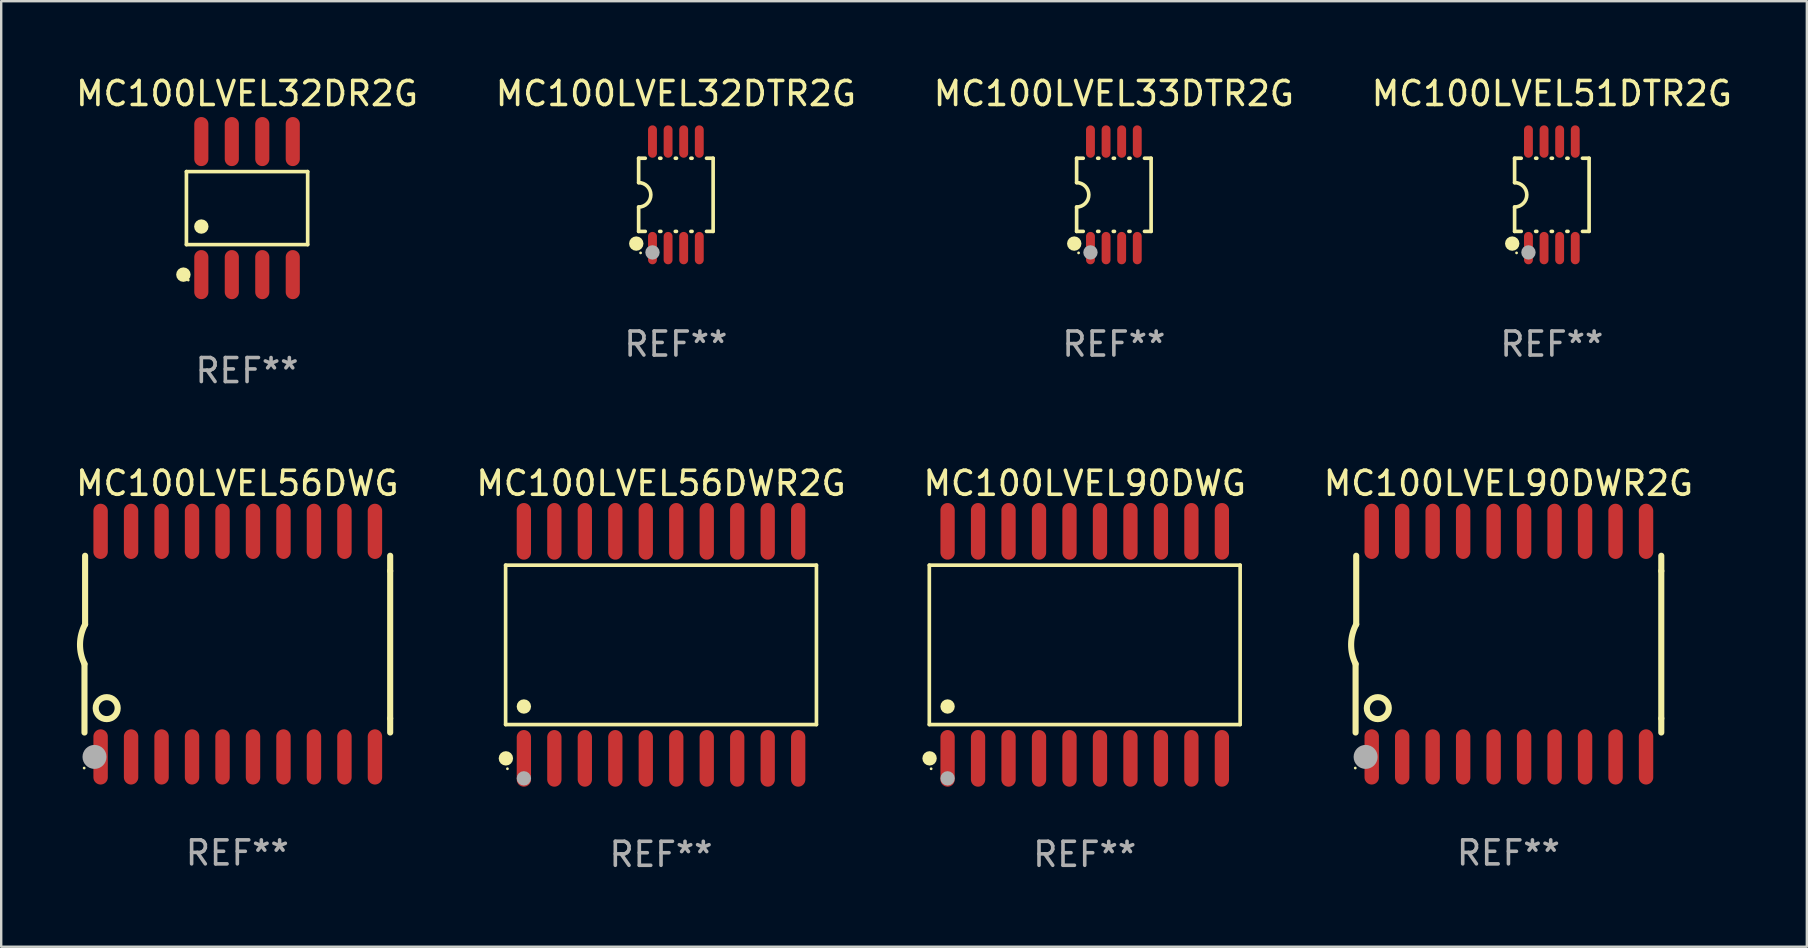
<source format=kicad_pcb>
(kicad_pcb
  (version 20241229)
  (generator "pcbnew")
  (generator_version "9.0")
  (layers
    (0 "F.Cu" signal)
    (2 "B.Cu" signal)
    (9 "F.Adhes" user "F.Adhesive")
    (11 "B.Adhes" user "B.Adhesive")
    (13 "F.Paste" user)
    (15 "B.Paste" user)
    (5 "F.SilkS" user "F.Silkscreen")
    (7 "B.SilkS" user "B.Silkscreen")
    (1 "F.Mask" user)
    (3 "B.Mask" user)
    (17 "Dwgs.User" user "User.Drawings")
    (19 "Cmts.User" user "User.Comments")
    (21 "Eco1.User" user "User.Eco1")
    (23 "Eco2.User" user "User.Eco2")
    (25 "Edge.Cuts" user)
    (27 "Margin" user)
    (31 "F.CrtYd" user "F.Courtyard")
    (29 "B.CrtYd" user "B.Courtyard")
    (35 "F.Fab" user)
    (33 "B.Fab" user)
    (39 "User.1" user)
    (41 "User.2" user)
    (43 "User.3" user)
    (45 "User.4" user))
  (footprint "MC100LVEL32DTR2G"
    (layer "F.Cu")
    (at 25.113 5.068)
    (property "Reference" "MC100LVEL32DTR2G" (at 0 -4.22 0) (layer "F.SilkS") (effects (font (size 1 1) (thickness 0.15))))
    (attr through_hole)
    (fp_line (start -1.552 -1.524) (end -1.276 -1.524) (stroke (width 0.152) (type solid)) (layer "F.SilkS"))
    (fp_line (start -1.552 -0.508) (end -1.552 -1.524) (stroke (width 0.152) (type solid)) (layer "F.SilkS"))
    (fp_line (start -1.552 1.524) (end -1.552 0.508) (stroke (width 0.152) (type solid)) (layer "F.SilkS"))
    (fp_line (start -1.552 1.524) (end -1.276 1.524) (stroke (width 0.152) (type solid)) (layer "F.SilkS"))
    (fp_line (start -0.674 -1.524) (end -0.626 -1.524) (stroke (width 0.152) (type solid)) (layer "F.SilkS"))
    (fp_line (start -0.674 1.524) (end -0.626 1.524) (stroke (width 0.152) (type solid)) (layer "F.SilkS"))
    (fp_line (start -0.024 -1.524) (end 0.024 -1.524) (stroke (width 0.152) (type solid)) (layer "F.SilkS"))
    (fp_line (start -0.024 1.524) (end 0.024 1.524) (stroke (width 0.152) (type solid)) (layer "F.SilkS"))
    (fp_line (start 0.626 -1.524) (end 0.674 -1.524) (stroke (width 0.152) (type solid)) (layer "F.SilkS"))
    (fp_line (start 0.626 1.524) (end 0.674 1.524) (stroke (width 0.152) (type solid)) (layer "F.SilkS"))
    (fp_line (start 1.276 1.524) (end 1.552 1.524) (stroke (width 0.152) (type solid)) (layer "F.SilkS"))
    (fp_line (start 1.276 -1.524) (end 1.552 -1.524) (stroke (width 0.152) (type solid)) (layer "F.SilkS"))
    (fp_line (start 1.552 -1.524) (end 1.552 1.524) (stroke (width 0.152) (type solid)) (layer "F.SilkS"))
    (fp_arc (start -1.551943 -0.508001) (mid -1.043942 0) (end -1.551943 0.508001) (stroke (width 0.151994) (type solid)) (layer "F.SilkS"))
    (fp_circle (center -1.651 2.032) (end -1.501 2.032) (stroke (width 0.3) (type solid)) (fill no) (layer "F.SilkS"))
    (fp_circle (center -1.47 2.42) (end -1.44 2.42) (stroke (width 0.06) (type solid)) (fill no) (layer "F.SilkS"))
    (fp_circle (center -0.975 2.4) (end -0.825 2.4) (stroke (width 0.3) (type solid)) (fill no) (layer "F.Fab"))
    (fp_text user "REF**" (at 0 6.22 0) (layer "F.Fab") (effects (font (size 1 1) (thickness 0.15))))
    (pad "1" smd oval (at -0.975 2.22) (size 0.37 1.35) (layers "F.Cu" "F.Mask" "F.Paste"))
    (pad "2" smd oval (at -0.325 2.22) (size 0.37 1.35) (layers "F.Cu" "F.Mask" "F.Paste"))
    (pad "3" smd oval (at 0.325 2.22) (size 0.37 1.35) (layers "F.Cu" "F.Mask" "F.Paste"))
    (pad "4" smd oval (at 0.975 2.22) (size 0.37 1.35) (layers "F.Cu" "F.Mask" "F.Paste"))
    (pad "5" smd oval (at 0.975 -2.22) (size 0.37 1.35) (layers "F.Cu" "F.Mask" "F.Paste"))
    (pad "6" smd oval (at 0.325 -2.22) (size 0.37 1.35) (layers "F.Cu" "F.Mask" "F.Paste"))
    (pad "7" smd oval (at -0.325 -2.22) (size 0.37 1.35) (layers "F.Cu" "F.Mask" "F.Paste"))
    (pad "8" smd oval (at -0.975 -2.22) (size 0.37 1.35) (layers "F.Cu" "F.Mask" "F.Paste")))
  (footprint "MC100LVEL33DTR2G"
    (layer "F.Cu")
    (at 43.363 5.068)
    (property "Reference" "MC100LVEL33DTR2G" (at 0 -4.22 0) (layer "F.SilkS") (effects (font (size 1 1) (thickness 0.15))))
    (attr through_hole)
    (fp_line (start -1.552 -1.524) (end -1.276 -1.524) (stroke (width 0.152) (type solid)) (layer "F.SilkS"))
    (fp_line (start -1.552 -0.508) (end -1.552 -1.524) (stroke (width 0.152) (type solid)) (layer "F.SilkS"))
    (fp_line (start -1.552 1.524) (end -1.552 0.508) (stroke (width 0.152) (type solid)) (layer "F.SilkS"))
    (fp_line (start -1.552 1.524) (end -1.276 1.524) (stroke (width 0.152) (type solid)) (layer "F.SilkS"))
    (fp_line (start -0.674 -1.524) (end -0.626 -1.524) (stroke (width 0.152) (type solid)) (layer "F.SilkS"))
    (fp_line (start -0.674 1.524) (end -0.626 1.524) (stroke (width 0.152) (type solid)) (layer "F.SilkS"))
    (fp_line (start -0.024 -1.524) (end 0.024 -1.524) (stroke (width 0.152) (type solid)) (layer "F.SilkS"))
    (fp_line (start -0.024 1.524) (end 0.024 1.524) (stroke (width 0.152) (type solid)) (layer "F.SilkS"))
    (fp_line (start 0.626 -1.524) (end 0.674 -1.524) (stroke (width 0.152) (type solid)) (layer "F.SilkS"))
    (fp_line (start 0.626 1.524) (end 0.674 1.524) (stroke (width 0.152) (type solid)) (layer "F.SilkS"))
    (fp_line (start 1.276 1.524) (end 1.552 1.524) (stroke (width 0.152) (type solid)) (layer "F.SilkS"))
    (fp_line (start 1.276 -1.524) (end 1.552 -1.524) (stroke (width 0.152) (type solid)) (layer "F.SilkS"))
    (fp_line (start 1.552 -1.524) (end 1.552 1.524) (stroke (width 0.152) (type solid)) (layer "F.SilkS"))
    (fp_arc (start -1.551943 -0.508001) (mid -1.043942 0) (end -1.551943 0.508001) (stroke (width 0.151994) (type solid)) (layer "F.SilkS"))
    (fp_circle (center -1.651 2.032) (end -1.501 2.032) (stroke (width 0.3) (type solid)) (fill no) (layer "F.SilkS"))
    (fp_circle (center -1.47 2.42) (end -1.44 2.42) (stroke (width 0.06) (type solid)) (fill no) (layer "F.SilkS"))
    (fp_circle (center -0.975 2.4) (end -0.825 2.4) (stroke (width 0.3) (type solid)) (fill no) (layer "F.Fab"))
    (fp_text user "REF**" (at 0 6.22 0) (layer "F.Fab") (effects (font (size 1 1) (thickness 0.15))))
    (pad "1" smd oval (at -0.975 2.22) (size 0.37 1.35) (layers "F.Cu" "F.Mask" "F.Paste"))
    (pad "2" smd oval (at -0.325 2.22) (size 0.37 1.35) (layers "F.Cu" "F.Mask" "F.Paste"))
    (pad "3" smd oval (at 0.325 2.22) (size 0.37 1.35) (layers "F.Cu" "F.Mask" "F.Paste"))
    (pad "4" smd oval (at 0.975 2.22) (size 0.37 1.35) (layers "F.Cu" "F.Mask" "F.Paste"))
    (pad "5" smd oval (at 0.975 -2.22) (size 0.37 1.35) (layers "F.Cu" "F.Mask" "F.Paste"))
    (pad "6" smd oval (at 0.325 -2.22) (size 0.37 1.35) (layers "F.Cu" "F.Mask" "F.Paste"))
    (pad "7" smd oval (at -0.325 -2.22) (size 0.37 1.35) (layers "F.Cu" "F.Mask" "F.Paste"))
    (pad "8" smd oval (at -0.975 -2.22) (size 0.37 1.35) (layers "F.Cu" "F.Mask" "F.Paste")))
  (footprint "MC100LVEL32DR2G"
    (layer "F.Cu")
    (at 7.244 5.621)
    (property "Reference" "MC100LVEL32DR2G" (at 0 -4.772 0) (layer "F.SilkS") (effects (font (size 1 1) (thickness 0.15))))
    (attr through_hole)
    (fp_line (start -2.526 -1.521) (end 2.526 -1.521) (stroke (width 0.152) (type solid)) (layer "F.SilkS"))
    (fp_line (start -2.526 1.521) (end -2.526 -1.521) (stroke (width 0.152) (type solid)) (layer "F.SilkS"))
    (fp_line (start 2.526 -1.521) (end 2.526 1.521) (stroke (width 0.152) (type solid)) (layer "F.SilkS"))
    (fp_line (start 2.526 1.521) (end -2.526 1.521) (stroke (width 0.152) (type solid)) (layer "F.SilkS"))
    (fp_circle (center -2.652 2.772) (end -2.501 2.772) (stroke (width 0.3) (type solid)) (fill no) (layer "F.SilkS"))
    (fp_circle (center -2.45 3) (end -2.42 3) (stroke (width 0.06) (type solid)) (fill no) (layer "F.SilkS"))
    (fp_circle (center -1.905 0.769) (end -1.755 0.769) (stroke (width 0.3) (type solid)) (fill no) (layer "F.SilkS"))
    (fp_text user "REF**" (at 0 6.772 0) (layer "F.Fab") (effects (font (size 1 1) (thickness 0.15))))
    (pad "1" smd oval (at -1.905 2.772) (size 0.588 2.045) (layers "F.Cu" "F.Mask" "F.Paste"))
    (pad "2" smd oval (at -0.635 2.772) (size 0.588 2.045) (layers "F.Cu" "F.Mask" "F.Paste"))
    (pad "3" smd oval (at 0.635 2.772) (size 0.588 2.045) (layers "F.Cu" "F.Mask" "F.Paste"))
    (pad "4" smd oval (at 1.905 2.772) (size 0.588 2.045) (layers "F.Cu" "F.Mask" "F.Paste"))
    (pad "5" smd oval (at 1.905 -2.772) (size 0.588 2.045) (layers "F.Cu" "F.Mask" "F.Paste"))
    (pad "6" smd oval (at 0.635 -2.772) (size 0.588 2.045) (layers "F.Cu" "F.Mask" "F.Paste"))
    (pad "7" smd oval (at -0.635 -2.772) (size 0.588 2.045) (layers "F.Cu" "F.Mask" "F.Paste"))
    (pad "8" smd oval (at -1.905 -2.772) (size 0.588 2.045) (layers "F.Cu" "F.Mask" "F.Paste")))
  (footprint "MC100LVEL56DWG"
    (layer "F.Cu")
    (at 6.839 23.79)
    (property "Reference" "MC100LVEL56DWG" (at 0 -6.7 0) (layer "F.SilkS") (effects (font (size 1 1) (thickness 0.15))))
    (attr through_hole)
    (fp_line (start -6.369 0.826) (end -6.369 3.683) (stroke (width 0.254) (type solid)) (layer "F.SilkS"))
    (fp_line (start -6.343 -0.825) (end -6.343 -3.683) (stroke (width 0.254) (type solid)) (layer "F.SilkS"))
    (fp_line (start 6.369 -3.048) (end 6.369 -3.683) (stroke (width 0.254) (type solid)) (layer "F.SilkS"))
    (fp_line (start 6.369 -3.048) (end 6.369 3.096) (stroke (width 0.254) (type solid)) (layer "F.SilkS"))
    (fp_line (start 6.369 3.096) (end 6.369 3.683) (stroke (width 0.254) (type solid)) (layer "F.SilkS"))
    (fp_arc (start -6.36853 0.825552) (mid -6.554743 -0.00301) (end -6.343129 -0.825451) (stroke (width 0.254001) (type solid)) (layer "F.SilkS"))
    (fp_circle (center -6.382 5.163) (end -6.352 5.163) (stroke (width 0.06) (type solid)) (fill no) (layer "F.SilkS"))
    (fp_circle (center -5.443 2.667) (end -4.985 2.667) (stroke (width 0.254) (type solid)) (fill no) (layer "F.SilkS"))
    (fp_circle (center -5.951 4.699) (end -5.701 4.699) (stroke (width 0.5) (type solid)) (fill no) (layer "F.Fab"))
    (fp_text user "REF**" (at 0 8.7 0) (layer "F.Fab") (effects (font (size 1 1) (thickness 0.15))))
    (pad "1" smd oval (at -5.697 4.7 180) (size 0.6 2.3) (layers "F.Cu" "F.Mask" "F.Paste"))
    (pad "2" smd oval (at -4.427 4.7 180) (size 0.6 2.3) (layers "F.Cu" "F.Mask" "F.Paste"))
    (pad "3" smd oval (at -3.157 4.7 180) (size 0.6 2.3) (layers "F.Cu" "F.Mask" "F.Paste"))
    (pad "4" smd oval (at -1.887 4.7 180) (size 0.6 2.3) (layers "F.Cu" "F.Mask" "F.Paste"))
    (pad "5" smd oval (at -0.617 4.7 180) (size 0.6 2.3) (layers "F.Cu" "F.Mask" "F.Paste"))
    (pad "6" smd oval (at 0.653 4.7 180) (size 0.6 2.3) (layers "F.Cu" "F.Mask" "F.Paste"))
    (pad "7" smd oval (at 1.923 4.7 180) (size 0.6 2.3) (layers "F.Cu" "F.Mask" "F.Paste"))
    (pad "8" smd oval (at 3.193 4.7 180) (size 0.6 2.3) (layers "F.Cu" "F.Mask" "F.Paste"))
    (pad "9" smd oval (at 4.463 4.7 180) (size 0.6 2.3) (layers "F.Cu" "F.Mask" "F.Paste"))
    (pad "10" smd oval (at 5.734 4.7 180) (size 0.6 2.3) (layers "F.Cu" "F.Mask" "F.Paste"))
    (pad "11" smd oval (at 5.734 -4.7 180) (size 0.6 2.3) (layers "F.Cu" "F.Mask" "F.Paste"))
    (pad "12" smd oval (at 4.463 -4.7 180) (size 0.6 2.3) (layers "F.Cu" "F.Mask" "F.Paste"))
    (pad "13" smd oval (at 3.193 -4.7 180) (size 0.6 2.3) (layers "F.Cu" "F.Mask" "F.Paste"))
    (pad "14" smd oval (at 1.923 -4.7 180) (size 0.6 2.3) (layers "F.Cu" "F.Mask" "F.Paste"))
    (pad "15" smd oval (at 0.653 -4.7 180) (size 0.6 2.3) (layers "F.Cu" "F.Mask" "F.Paste"))
    (pad "16" smd oval (at -0.617 -4.7 180) (size 0.6 2.3) (layers "F.Cu" "F.Mask" "F.Paste"))
    (pad "17" smd oval (at -1.887 -4.7 180) (size 0.6 2.3) (layers "F.Cu" "F.Mask" "F.Paste"))
    (pad "18" smd oval (at -3.157 -4.7 180) (size 0.6 2.3) (layers "F.Cu" "F.Mask" "F.Paste"))
    (pad "19" smd oval (at -4.427 -4.7 180) (size 0.6 2.3) (layers "F.Cu" "F.Mask" "F.Paste"))
    (pad "20" smd oval (at -5.697 -4.7 180) (size 0.6 2.3) (layers "F.Cu" "F.Mask" "F.Paste")))
  (footprint "MC100LVEL56DWR2G"
    (layer "F.Cu")
    (at 24.494 23.82)
    (property "Reference" "MC100LVEL56DWR2G" (at 0 -6.73 0) (layer "F.SilkS") (effects (font (size 1 1) (thickness 0.15))))
    (attr through_hole)
    (fp_line (start -6.476 -3.321) (end 6.476 -3.321) (stroke (width 0.152) (type solid)) (layer "F.SilkS"))
    (fp_line (start -6.476 3.321) (end -6.476 -3.321) (stroke (width 0.152) (type solid)) (layer "F.SilkS"))
    (fp_line (start 6.476 -3.321) (end 6.476 3.321) (stroke (width 0.152) (type solid)) (layer "F.SilkS"))
    (fp_line (start 6.476 3.321) (end -6.476 3.321) (stroke (width 0.152) (type solid)) (layer "F.SilkS"))
    (fp_circle (center -6.465 4.73) (end -6.315 4.73) (stroke (width 0.3) (type solid)) (fill no) (layer "F.SilkS"))
    (fp_circle (center -6.4 5.163) (end -6.37 5.163) (stroke (width 0.06) (type solid)) (fill no) (layer "F.SilkS"))
    (fp_circle (center -5.715 2.569) (end -5.565 2.569) (stroke (width 0.3) (type solid)) (fill no) (layer "F.SilkS"))
    (fp_circle (center -5.715 5.563) (end -5.565 5.563) (stroke (width 0.3) (type solid)) (fill no) (layer "F.Fab"))
    (fp_text user "REF**" (at 0 8.73 0) (layer "F.Fab") (effects (font (size 1 1) (thickness 0.15))))
    (pad "1" smd oval (at -5.715 4.73) (size 0.595 2.36) (layers "F.Cu" "F.Mask" "F.Paste"))
    (pad "2" smd oval (at -4.445 4.73) (size 0.595 2.36) (layers "F.Cu" "F.Mask" "F.Paste"))
    (pad "3" smd oval (at -3.175 4.73) (size 0.595 2.36) (layers "F.Cu" "F.Mask" "F.Paste"))
    (pad "4" smd oval (at -1.905 4.73) (size 0.595 2.36) (layers "F.Cu" "F.Mask" "F.Paste"))
    (pad "5" smd oval (at -0.635 4.73) (size 0.595 2.36) (layers "F.Cu" "F.Mask" "F.Paste"))
    (pad "6" smd oval (at 0.635 4.73) (size 0.595 2.36) (layers "F.Cu" "F.Mask" "F.Paste"))
    (pad "7" smd oval (at 1.905 4.73) (size 0.595 2.36) (layers "F.Cu" "F.Mask" "F.Paste"))
    (pad "8" smd oval (at 3.175 4.73) (size 0.595 2.36) (layers "F.Cu" "F.Mask" "F.Paste"))
    (pad "9" smd oval (at 4.445 4.73) (size 0.595 2.36) (layers "F.Cu" "F.Mask" "F.Paste"))
    (pad "10" smd oval (at 5.715 4.73) (size 0.595 2.36) (layers "F.Cu" "F.Mask" "F.Paste"))
    (pad "11" smd oval (at 5.715 -4.73) (size 0.595 2.36) (layers "F.Cu" "F.Mask" "F.Paste"))
    (pad "12" smd oval (at 4.445 -4.73) (size 0.595 2.36) (layers "F.Cu" "F.Mask" "F.Paste"))
    (pad "13" smd oval (at 3.175 -4.73) (size 0.595 2.36) (layers "F.Cu" "F.Mask" "F.Paste"))
    (pad "14" smd oval (at 1.905 -4.73) (size 0.595 2.36) (layers "F.Cu" "F.Mask" "F.Paste"))
    (pad "15" smd oval (at 0.635 -4.73) (size 0.595 2.36) (layers "F.Cu" "F.Mask" "F.Paste"))
    (pad "16" smd oval (at -0.635 -4.73) (size 0.595 2.36) (layers "F.Cu" "F.Mask" "F.Paste"))
    (pad "17" smd oval (at -1.905 -4.73) (size 0.595 2.36) (layers "F.Cu" "F.Mask" "F.Paste"))
    (pad "18" smd oval (at -3.175 -4.73) (size 0.595 2.36) (layers "F.Cu" "F.Mask" "F.Paste"))
    (pad "19" smd oval (at -4.445 -4.73) (size 0.595 2.36) (layers "F.Cu" "F.Mask" "F.Paste"))
    (pad "20" smd oval (at -5.715 -4.73) (size 0.595 2.36) (layers "F.Cu" "F.Mask" "F.Paste")))
  (footprint "MC100LVEL90DWR2G"
    (layer "F.Cu")
    (at 59.804 23.79)
    (property "Reference" "MC100LVEL90DWR2G" (at 0 -6.7 0) (layer "F.SilkS") (effects (font (size 1 1) (thickness 0.15))))
    (attr through_hole)
    (fp_line (start -6.369 0.826) (end -6.369 3.683) (stroke (width 0.254) (type solid)) (layer "F.SilkS"))
    (fp_line (start -6.343 -0.825) (end -6.343 -3.683) (stroke (width 0.254) (type solid)) (layer "F.SilkS"))
    (fp_line (start 6.369 -3.048) (end 6.369 -3.683) (stroke (width 0.254) (type solid)) (layer "F.SilkS"))
    (fp_line (start 6.369 -3.048) (end 6.369 3.096) (stroke (width 0.254) (type solid)) (layer "F.SilkS"))
    (fp_line (start 6.369 3.096) (end 6.369 3.683) (stroke (width 0.254) (type solid)) (layer "F.SilkS"))
    (fp_arc (start -6.36853 0.825552) (mid -6.554743 -0.00301) (end -6.343129 -0.825451) (stroke (width 0.254001) (type solid)) (layer "F.SilkS"))
    (fp_circle (center -6.382 5.163) (end -6.352 5.163) (stroke (width 0.06) (type solid)) (fill no) (layer "F.SilkS"))
    (fp_circle (center -5.443 2.667) (end -4.985 2.667) (stroke (width 0.254) (type solid)) (fill no) (layer "F.SilkS"))
    (fp_circle (center -5.951 4.699) (end -5.701 4.699) (stroke (width 0.5) (type solid)) (fill no) (layer "F.Fab"))
    (fp_text user "REF**" (at 0 8.7 0) (layer "F.Fab") (effects (font (size 1 1) (thickness 0.15))))
    (pad "1" smd oval (at -5.697 4.7 180) (size 0.6 2.3) (layers "F.Cu" "F.Mask" "F.Paste"))
    (pad "2" smd oval (at -4.427 4.7 180) (size 0.6 2.3) (layers "F.Cu" "F.Mask" "F.Paste"))
    (pad "3" smd oval (at -3.157 4.7 180) (size 0.6 2.3) (layers "F.Cu" "F.Mask" "F.Paste"))
    (pad "4" smd oval (at -1.887 4.7 180) (size 0.6 2.3) (layers "F.Cu" "F.Mask" "F.Paste"))
    (pad "5" smd oval (at -0.617 4.7 180) (size 0.6 2.3) (layers "F.Cu" "F.Mask" "F.Paste"))
    (pad "6" smd oval (at 0.653 4.7 180) (size 0.6 2.3) (layers "F.Cu" "F.Mask" "F.Paste"))
    (pad "7" smd oval (at 1.923 4.7 180) (size 0.6 2.3) (layers "F.Cu" "F.Mask" "F.Paste"))
    (pad "8" smd oval (at 3.193 4.7 180) (size 0.6 2.3) (layers "F.Cu" "F.Mask" "F.Paste"))
    (pad "9" smd oval (at 4.463 4.7 180) (size 0.6 2.3) (layers "F.Cu" "F.Mask" "F.Paste"))
    (pad "10" smd oval (at 5.734 4.7 180) (size 0.6 2.3) (layers "F.Cu" "F.Mask" "F.Paste"))
    (pad "11" smd oval (at 5.734 -4.7 180) (size 0.6 2.3) (layers "F.Cu" "F.Mask" "F.Paste"))
    (pad "12" smd oval (at 4.463 -4.7 180) (size 0.6 2.3) (layers "F.Cu" "F.Mask" "F.Paste"))
    (pad "13" smd oval (at 3.193 -4.7 180) (size 0.6 2.3) (layers "F.Cu" "F.Mask" "F.Paste"))
    (pad "14" smd oval (at 1.923 -4.7 180) (size 0.6 2.3) (layers "F.Cu" "F.Mask" "F.Paste"))
    (pad "15" smd oval (at 0.653 -4.7 180) (size 0.6 2.3) (layers "F.Cu" "F.Mask" "F.Paste"))
    (pad "16" smd oval (at -0.617 -4.7 180) (size 0.6 2.3) (layers "F.Cu" "F.Mask" "F.Paste"))
    (pad "17" smd oval (at -1.887 -4.7 180) (size 0.6 2.3) (layers "F.Cu" "F.Mask" "F.Paste"))
    (pad "18" smd oval (at -3.157 -4.7 180) (size 0.6 2.3) (layers "F.Cu" "F.Mask" "F.Paste"))
    (pad "19" smd oval (at -4.427 -4.7 180) (size 0.6 2.3) (layers "F.Cu" "F.Mask" "F.Paste"))
    (pad "20" smd oval (at -5.697 -4.7 180) (size 0.6 2.3) (layers "F.Cu" "F.Mask" "F.Paste")))
  (footprint "MC100LVEL51DTR2G"
    (layer "F.Cu")
    (at 61.613 5.068)
    (property "Reference" "MC100LVEL51DTR2G" (at 0 -4.22 0) (layer "F.SilkS") (effects (font (size 1 1) (thickness 0.15))))
    (attr through_hole)
    (fp_line (start -1.552 -1.524) (end -1.276 -1.524) (stroke (width 0.152) (type solid)) (layer "F.SilkS"))
    (fp_line (start -1.552 -0.508) (end -1.552 -1.524) (stroke (width 0.152) (type solid)) (layer "F.SilkS"))
    (fp_line (start -1.552 1.524) (end -1.552 0.508) (stroke (width 0.152) (type solid)) (layer "F.SilkS"))
    (fp_line (start -1.552 1.524) (end -1.276 1.524) (stroke (width 0.152) (type solid)) (layer "F.SilkS"))
    (fp_line (start -0.674 -1.524) (end -0.626 -1.524) (stroke (width 0.152) (type solid)) (layer "F.SilkS"))
    (fp_line (start -0.674 1.524) (end -0.626 1.524) (stroke (width 0.152) (type solid)) (layer "F.SilkS"))
    (fp_line (start -0.024 -1.524) (end 0.024 -1.524) (stroke (width 0.152) (type solid)) (layer "F.SilkS"))
    (fp_line (start -0.024 1.524) (end 0.024 1.524) (stroke (width 0.152) (type solid)) (layer "F.SilkS"))
    (fp_line (start 0.626 -1.524) (end 0.674 -1.524) (stroke (width 0.152) (type solid)) (layer "F.SilkS"))
    (fp_line (start 0.626 1.524) (end 0.674 1.524) (stroke (width 0.152) (type solid)) (layer "F.SilkS"))
    (fp_line (start 1.276 1.524) (end 1.552 1.524) (stroke (width 0.152) (type solid)) (layer "F.SilkS"))
    (fp_line (start 1.276 -1.524) (end 1.552 -1.524) (stroke (width 0.152) (type solid)) (layer "F.SilkS"))
    (fp_line (start 1.552 -1.524) (end 1.552 1.524) (stroke (width 0.152) (type solid)) (layer "F.SilkS"))
    (fp_arc (start -1.551943 -0.508001) (mid -1.043942 0) (end -1.551943 0.508001) (stroke (width 0.151994) (type solid)) (layer "F.SilkS"))
    (fp_circle (center -1.651 2.032) (end -1.501 2.032) (stroke (width 0.3) (type solid)) (fill no) (layer "F.SilkS"))
    (fp_circle (center -1.47 2.42) (end -1.44 2.42) (stroke (width 0.06) (type solid)) (fill no) (layer "F.SilkS"))
    (fp_circle (center -0.975 2.4) (end -0.825 2.4) (stroke (width 0.3) (type solid)) (fill no) (layer "F.Fab"))
    (fp_text user "REF**" (at 0 6.22 0) (layer "F.Fab") (effects (font (size 1 1) (thickness 0.15))))
    (pad "1" smd oval (at -0.975 2.22) (size 0.37 1.35) (layers "F.Cu" "F.Mask" "F.Paste"))
    (pad "2" smd oval (at -0.325 2.22) (size 0.37 1.35) (layers "F.Cu" "F.Mask" "F.Paste"))
    (pad "3" smd oval (at 0.325 2.22) (size 0.37 1.35) (layers "F.Cu" "F.Mask" "F.Paste"))
    (pad "4" smd oval (at 0.975 2.22) (size 0.37 1.35) (layers "F.Cu" "F.Mask" "F.Paste"))
    (pad "5" smd oval (at 0.975 -2.22) (size 0.37 1.35) (layers "F.Cu" "F.Mask" "F.Paste"))
    (pad "6" smd oval (at 0.325 -2.22) (size 0.37 1.35) (layers "F.Cu" "F.Mask" "F.Paste"))
    (pad "7" smd oval (at -0.325 -2.22) (size 0.37 1.35) (layers "F.Cu" "F.Mask" "F.Paste"))
    (pad "8" smd oval (at -0.975 -2.22) (size 0.37 1.35) (layers "F.Cu" "F.Mask" "F.Paste")))
  (footprint "MC100LVEL90DWG"
    (layer "F.Cu")
    (at 42.149 23.82)
    (property "Reference" "MC100LVEL90DWG" (at 0 -6.73 0) (layer "F.SilkS") (effects (font (size 1 1) (thickness 0.15))))
    (attr through_hole)
    (fp_line (start -6.476 -3.321) (end 6.476 -3.321) (stroke (width 0.152) (type solid)) (layer "F.SilkS"))
    (fp_line (start -6.476 3.321) (end -6.476 -3.321) (stroke (width 0.152) (type solid)) (layer "F.SilkS"))
    (fp_line (start 6.476 -3.321) (end 6.476 3.321) (stroke (width 0.152) (type solid)) (layer "F.SilkS"))
    (fp_line (start 6.476 3.321) (end -6.476 3.321) (stroke (width 0.152) (type solid)) (layer "F.SilkS"))
    (fp_circle (center -6.465 4.73) (end -6.315 4.73) (stroke (width 0.3) (type solid)) (fill no) (layer "F.SilkS"))
    (fp_circle (center -6.4 5.163) (end -6.37 5.163) (stroke (width 0.06) (type solid)) (fill no) (layer "F.SilkS"))
    (fp_circle (center -5.715 2.569) (end -5.565 2.569) (stroke (width 0.3) (type solid)) (fill no) (layer "F.SilkS"))
    (fp_circle (center -5.715 5.563) (end -5.565 5.563) (stroke (width 0.3) (type solid)) (fill no) (layer "F.Fab"))
    (fp_text user "REF**" (at 0 8.73 0) (layer "F.Fab") (effects (font (size 1 1) (thickness 0.15))))
    (pad "1" smd oval (at -5.715 4.73) (size 0.595 2.36) (layers "F.Cu" "F.Mask" "F.Paste"))
    (pad "2" smd oval (at -4.445 4.73) (size 0.595 2.36) (layers "F.Cu" "F.Mask" "F.Paste"))
    (pad "3" smd oval (at -3.175 4.73) (size 0.595 2.36) (layers "F.Cu" "F.Mask" "F.Paste"))
    (pad "4" smd oval (at -1.905 4.73) (size 0.595 2.36) (layers "F.Cu" "F.Mask" "F.Paste"))
    (pad "5" smd oval (at -0.635 4.73) (size 0.595 2.36) (layers "F.Cu" "F.Mask" "F.Paste"))
    (pad "6" smd oval (at 0.635 4.73) (size 0.595 2.36) (layers "F.Cu" "F.Mask" "F.Paste"))
    (pad "7" smd oval (at 1.905 4.73) (size 0.595 2.36) (layers "F.Cu" "F.Mask" "F.Paste"))
    (pad "8" smd oval (at 3.175 4.73) (size 0.595 2.36) (layers "F.Cu" "F.Mask" "F.Paste"))
    (pad "9" smd oval (at 4.445 4.73) (size 0.595 2.36) (layers "F.Cu" "F.Mask" "F.Paste"))
    (pad "10" smd oval (at 5.715 4.73) (size 0.595 2.36) (layers "F.Cu" "F.Mask" "F.Paste"))
    (pad "11" smd oval (at 5.715 -4.73) (size 0.595 2.36) (layers "F.Cu" "F.Mask" "F.Paste"))
    (pad "12" smd oval (at 4.445 -4.73) (size 0.595 2.36) (layers "F.Cu" "F.Mask" "F.Paste"))
    (pad "13" smd oval (at 3.175 -4.73) (size 0.595 2.36) (layers "F.Cu" "F.Mask" "F.Paste"))
    (pad "14" smd oval (at 1.905 -4.73) (size 0.595 2.36) (layers "F.Cu" "F.Mask" "F.Paste"))
    (pad "15" smd oval (at 0.635 -4.73) (size 0.595 2.36) (layers "F.Cu" "F.Mask" "F.Paste"))
    (pad "16" smd oval (at -0.635 -4.73) (size 0.595 2.36) (layers "F.Cu" "F.Mask" "F.Paste"))
    (pad "17" smd oval (at -1.905 -4.73) (size 0.595 2.36) (layers "F.Cu" "F.Mask" "F.Paste"))
    (pad "18" smd oval (at -3.175 -4.73) (size 0.595 2.36) (layers "F.Cu" "F.Mask" "F.Paste"))
    (pad "19" smd oval (at -4.445 -4.73) (size 0.595 2.36) (layers "F.Cu" "F.Mask" "F.Paste"))
    (pad "20" smd oval (at -5.715 -4.73) (size 0.595 2.36) (layers "F.Cu" "F.Mask" "F.Paste")))
  (gr_rect
    (start -3 -3)
    (end 72.238 36.398)
    (stroke (width 0.1) (type default))
    (fill no)
    (layer "Edge.Cuts")))
</source>
